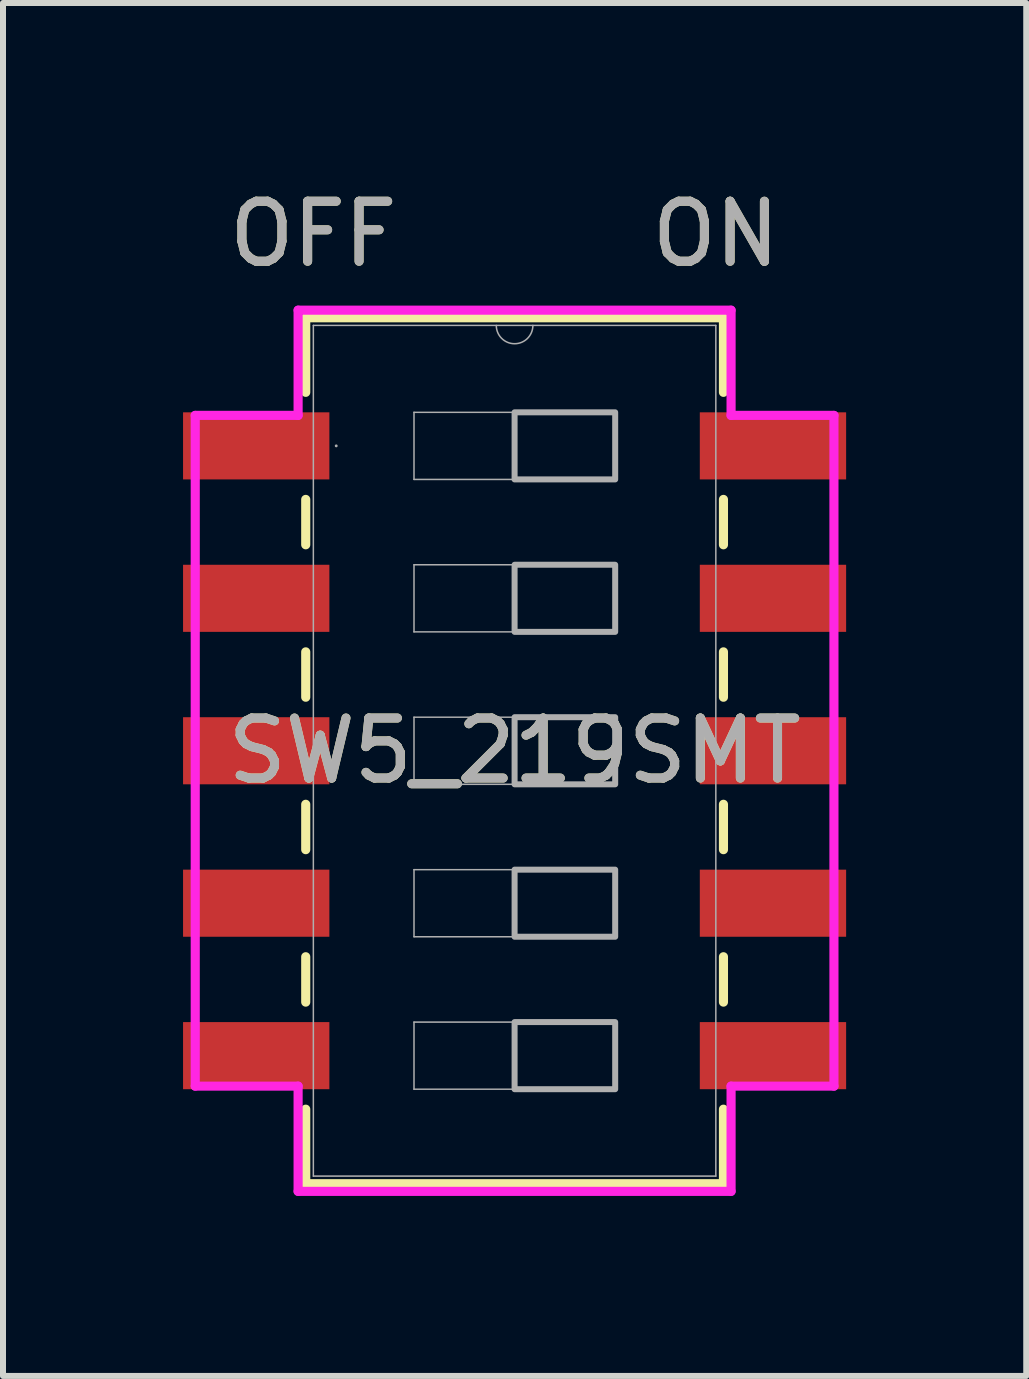
<source format=kicad_pcb>
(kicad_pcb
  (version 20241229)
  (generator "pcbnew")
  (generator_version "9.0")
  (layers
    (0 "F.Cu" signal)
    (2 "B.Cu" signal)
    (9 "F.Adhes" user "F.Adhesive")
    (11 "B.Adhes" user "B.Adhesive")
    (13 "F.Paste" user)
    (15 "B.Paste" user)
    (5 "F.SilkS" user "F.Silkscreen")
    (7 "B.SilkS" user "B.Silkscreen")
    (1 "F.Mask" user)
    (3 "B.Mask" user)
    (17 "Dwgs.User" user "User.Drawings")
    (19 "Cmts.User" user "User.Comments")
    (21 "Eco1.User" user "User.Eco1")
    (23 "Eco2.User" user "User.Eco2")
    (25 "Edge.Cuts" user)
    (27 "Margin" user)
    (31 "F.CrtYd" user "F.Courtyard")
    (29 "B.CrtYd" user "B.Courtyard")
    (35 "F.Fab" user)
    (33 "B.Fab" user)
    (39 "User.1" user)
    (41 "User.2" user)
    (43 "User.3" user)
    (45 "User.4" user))
  (footprint "SW5_219SMT"
    (layer "F.Cu")
    (at 5.524 9.459)
    (property "Reference" "SW5_219SMT" (at 0 0 0) (unlocked yes) (layer "F.SilkS") (effects (font (size 1 1) (thickness 0.15))))
    (attr smd)
    (fp_line (start -3.48 -7.214) (end -3.48 -5.972) (stroke (width 0.152) (type solid)) (layer "F.SilkS"))
    (fp_line (start -3.48 -4.188) (end -3.48 -3.432) (stroke (width 0.152) (type solid)) (layer "F.SilkS"))
    (fp_line (start -3.48 -1.648) (end -3.48 -0.892) (stroke (width 0.152) (type solid)) (layer "F.SilkS"))
    (fp_line (start -3.48 0.892) (end -3.48 1.648) (stroke (width 0.152) (type solid)) (layer "F.SilkS"))
    (fp_line (start -3.48 3.432) (end -3.48 4.188) (stroke (width 0.152) (type solid)) (layer "F.SilkS"))
    (fp_line (start -3.48 5.972) (end -3.48 7.214) (stroke (width 0.152) (type solid)) (layer "F.SilkS"))
    (fp_line (start -3.48 7.214) (end 3.48 7.214) (stroke (width 0.152) (type solid)) (layer "F.SilkS"))
    (fp_line (start 3.48 -7.214) (end -3.48 -7.214) (stroke (width 0.152) (type solid)) (layer "F.SilkS"))
    (fp_line (start 3.48 -5.972) (end 3.48 -7.214) (stroke (width 0.152) (type solid)) (layer "F.SilkS"))
    (fp_line (start 3.48 -3.432) (end 3.48 -4.188) (stroke (width 0.152) (type solid)) (layer "F.SilkS"))
    (fp_line (start 3.48 -0.892) (end 3.48 -1.648) (stroke (width 0.152) (type solid)) (layer "F.SilkS"))
    (fp_line (start 3.48 1.648) (end 3.48 0.892) (stroke (width 0.152) (type solid)) (layer "F.SilkS"))
    (fp_line (start 3.48 4.188) (end 3.48 3.432) (stroke (width 0.152) (type solid)) (layer "F.SilkS"))
    (fp_line (start 3.48 7.214) (end 3.48 5.972) (stroke (width 0.152) (type solid)) (layer "F.SilkS"))
    (fp_line (start -5.321 -5.588) (end -3.607 -5.588) (stroke (width 0.152) (type solid)) (layer "F.CrtYd"))
    (fp_line (start -5.321 5.588) (end -5.321 -5.588) (stroke (width 0.152) (type solid)) (layer "F.CrtYd"))
    (fp_line (start -3.607 -7.341) (end 3.607 -7.341) (stroke (width 0.152) (type solid)) (layer "F.CrtYd"))
    (fp_line (start -3.607 -5.588) (end -3.607 -7.341) (stroke (width 0.152) (type solid)) (layer "F.CrtYd"))
    (fp_line (start -3.607 5.588) (end -5.321 5.588) (stroke (width 0.152) (type solid)) (layer "F.CrtYd"))
    (fp_line (start -3.607 7.341) (end -3.607 5.588) (stroke (width 0.152) (type solid)) (layer "F.CrtYd"))
    (fp_line (start 3.607 -7.341) (end 3.607 -5.588) (stroke (width 0.152) (type solid)) (layer "F.CrtYd"))
    (fp_line (start 3.607 -5.588) (end 5.321 -5.588) (stroke (width 0.152) (type solid)) (layer "F.CrtYd"))
    (fp_line (start 3.607 5.588) (end 3.607 7.341) (stroke (width 0.152) (type solid)) (layer "F.CrtYd"))
    (fp_line (start 3.607 7.341) (end -3.607 7.341) (stroke (width 0.152) (type solid)) (layer "F.CrtYd"))
    (fp_line (start 5.321 -5.588) (end 5.321 5.588) (stroke (width 0.152) (type solid)) (layer "F.CrtYd"))
    (fp_line (start 5.321 5.588) (end 3.607 5.588) (stroke (width 0.152) (type solid)) (layer "F.CrtYd"))
    (fp_line (start -3.353 -7.087) (end -3.353 7.087) (stroke (width 0.025) (type solid)) (layer "F.Fab"))
    (fp_line (start -3.353 7.087) (end 3.353 7.087) (stroke (width 0.025) (type solid)) (layer "F.Fab"))
    (fp_line (start -1.676 -5.639) (end 1.676 -5.639) (stroke (width 0.025) (type solid)) (layer "F.Fab"))
    (fp_line (start -1.676 -4.521) (end -1.676 -5.639) (stroke (width 0.025) (type solid)) (layer "F.Fab"))
    (fp_line (start -1.676 -3.099) (end 1.676 -3.099) (stroke (width 0.025) (type solid)) (layer "F.Fab"))
    (fp_line (start -1.676 -1.981) (end -1.676 -3.099) (stroke (width 0.025) (type solid)) (layer "F.Fab"))
    (fp_line (start -1.676 -0.559) (end 1.676 -0.559) (stroke (width 0.025) (type solid)) (layer "F.Fab"))
    (fp_line (start -1.676 0.559) (end -1.676 -0.559) (stroke (width 0.025) (type solid)) (layer "F.Fab"))
    (fp_line (start -1.676 1.981) (end 1.676 1.981) (stroke (width 0.025) (type solid)) (layer "F.Fab"))
    (fp_line (start -1.676 3.099) (end -1.676 1.981) (stroke (width 0.025) (type solid)) (layer "F.Fab"))
    (fp_line (start -1.676 4.521) (end 1.676 4.521) (stroke (width 0.025) (type solid)) (layer "F.Fab"))
    (fp_line (start -1.676 5.639) (end -1.676 4.521) (stroke (width 0.025) (type solid)) (layer "F.Fab"))
    (fp_line (start 1.676 -5.639) (end 1.676 -4.521) (stroke (width 0.025) (type solid)) (layer "F.Fab"))
    (fp_line (start 1.676 -4.521) (end -1.676 -4.521) (stroke (width 0.025) (type solid)) (layer "F.Fab"))
    (fp_line (start 1.676 -3.099) (end 1.676 -1.981) (stroke (width 0.025) (type solid)) (layer "F.Fab"))
    (fp_line (start 1.676 -1.981) (end -1.676 -1.981) (stroke (width 0.025) (type solid)) (layer "F.Fab"))
    (fp_line (start 1.676 -0.559) (end 1.676 0.559) (stroke (width 0.025) (type solid)) (layer "F.Fab"))
    (fp_line (start 1.676 0.559) (end -1.676 0.559) (stroke (width 0.025) (type solid)) (layer "F.Fab"))
    (fp_line (start 1.676 1.981) (end 1.676 3.099) (stroke (width 0.025) (type solid)) (layer "F.Fab"))
    (fp_line (start 1.676 3.099) (end -1.676 3.099) (stroke (width 0.025) (type solid)) (layer "F.Fab"))
    (fp_line (start 1.676 4.521) (end 1.676 5.639) (stroke (width 0.025) (type solid)) (layer "F.Fab"))
    (fp_line (start 1.676 5.639) (end -1.676 5.639) (stroke (width 0.025) (type solid)) (layer "F.Fab"))
    (fp_line (start 3.353 -7.087) (end -3.353 -7.087) (stroke (width 0.025) (type solid)) (layer "F.Fab"))
    (fp_line (start 3.353 7.087) (end 3.353 -7.087) (stroke (width 0.025) (type solid)) (layer "F.Fab"))
    (fp_arc (start 0.3048 -7.0866) (mid 0 -6.7818) (end -0.3048 -7.0866) (stroke (width 0.0254) (type solid)) (layer "F.Fab"))
    (fp_circle (center -2.972 -5.08) (end -2.972 -5.08) (stroke (width 0.025) (type solid)) (fill no) (layer "F.Fab"))
    (fp_poly (pts (xy 0 -5.639) (xy 1.676 -5.639) (xy 1.676 -4.521) (xy 0 -4.521)) (stroke (width 0.1) (type solid)) (fill no) (layer "F.Fab"))
    (fp_poly (pts (xy 0 -3.099) (xy 1.676 -3.099) (xy 1.676 -1.981) (xy 0 -1.981)) (stroke (width 0.1) (type solid)) (fill no) (layer "F.Fab"))
    (fp_poly (pts (xy 0 -0.559) (xy 1.676 -0.559) (xy 1.676 0.559) (xy 0 0.559)) (stroke (width 0.1) (type solid)) (fill no) (layer "F.Fab"))
    (fp_poly (pts (xy 0 1.981) (xy 1.676 1.981) (xy 1.676 3.099) (xy 0 3.099)) (stroke (width 0.1) (type solid)) (fill no) (layer "F.Fab"))
    (fp_poly (pts (xy 0 4.521) (xy 1.676 4.521) (xy 1.676 5.639) (xy 0 5.639)) (stroke (width 0.1) (type solid)) (fill no) (layer "F.Fab"))
    (fp_text user "ON" (at 3.353 -8.611 0) (unlocked yes) (layer "F.SilkS") (effects (font (size 1 1) (thickness 0.15))))
    (fp_text user "OFF" (at -3.353 -8.611 0) (unlocked yes) (layer "F.SilkS") (effects (font (size 1 1) (thickness 0.15))))
    (fp_text user "${REFERENCE}" (at 0 0 0) (unlocked yes) (layer "F.Fab") (effects (font (size 1 1) (thickness 0.15))))
    (fp_text user "ON" (at 3.353 -8.611 0) (unlocked yes) (layer "F.Fab") (effects (font (size 1 1) (thickness 0.15))))
    (fp_text user "OFF" (at -3.353 -8.611 0) (unlocked yes) (layer "F.Fab") (effects (font (size 1 1) (thickness 0.15))))
    (pad "1" smd rect (at -4.305 -5.08) (size 2.438 1.118) (layers "F.Cu" "F.Mask" "F.Paste"))
    (pad "2" smd rect (at -4.305 -2.54) (size 2.438 1.118) (layers "F.Cu" "F.Mask" "F.Paste"))
    (pad "3" smd rect (at -4.305 0) (size 2.438 1.118) (layers "F.Cu" "F.Mask" "F.Paste"))
    (pad "4" smd rect (at -4.305 2.54) (size 2.438 1.118) (layers "F.Cu" "F.Mask" "F.Paste"))
    (pad "5" smd rect (at -4.305 5.08) (size 2.438 1.118) (layers "F.Cu" "F.Mask" "F.Paste"))
    (pad "6" smd rect (at 4.305 5.08) (size 2.438 1.118) (layers "F.Cu" "F.Mask" "F.Paste"))
    (pad "7" smd rect (at 4.305 2.54) (size 2.438 1.118) (layers "F.Cu" "F.Mask" "F.Paste"))
    (pad "8" smd rect (at 4.305 0) (size 2.438 1.118) (layers "F.Cu" "F.Mask" "F.Paste"))
    (pad "9" smd rect (at 4.305 -2.54) (size 2.438 1.118) (layers "F.Cu" "F.Mask" "F.Paste"))
    (pad "10" smd rect (at 4.305 -5.08) (size 2.438 1.118) (layers "F.Cu" "F.Mask" "F.Paste")))
  (gr_rect
    (start -3 -3)
    (end 14.049 19.876)
    (stroke (width 0.1) (type default))
    (fill no)
    (layer "Edge.Cuts")))
</source>
